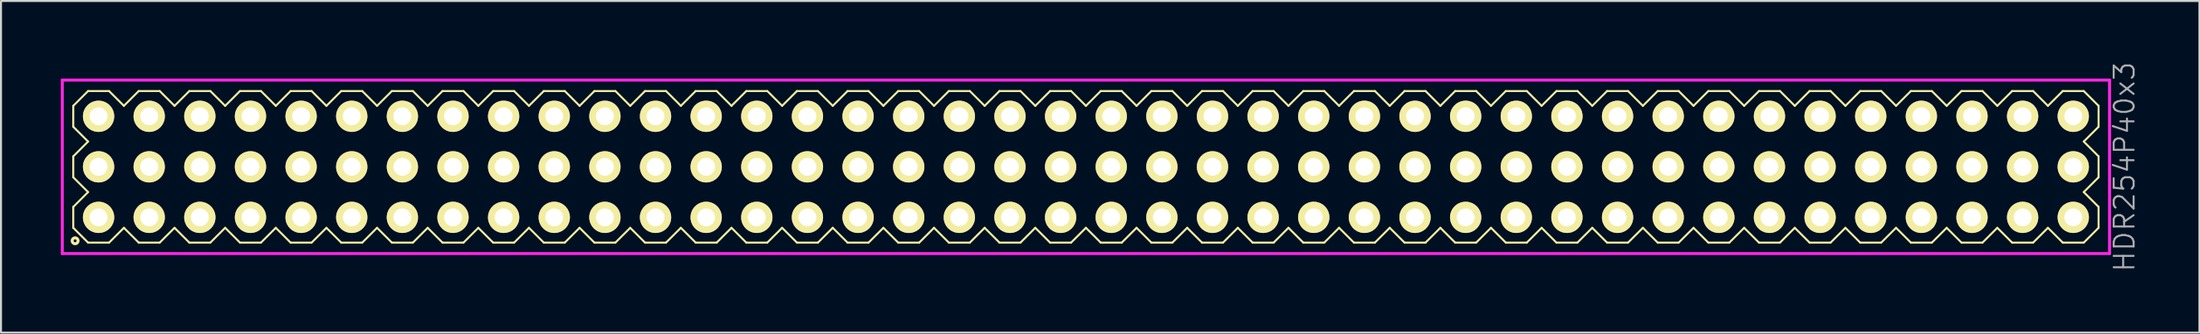
<source format=kicad_pcb>
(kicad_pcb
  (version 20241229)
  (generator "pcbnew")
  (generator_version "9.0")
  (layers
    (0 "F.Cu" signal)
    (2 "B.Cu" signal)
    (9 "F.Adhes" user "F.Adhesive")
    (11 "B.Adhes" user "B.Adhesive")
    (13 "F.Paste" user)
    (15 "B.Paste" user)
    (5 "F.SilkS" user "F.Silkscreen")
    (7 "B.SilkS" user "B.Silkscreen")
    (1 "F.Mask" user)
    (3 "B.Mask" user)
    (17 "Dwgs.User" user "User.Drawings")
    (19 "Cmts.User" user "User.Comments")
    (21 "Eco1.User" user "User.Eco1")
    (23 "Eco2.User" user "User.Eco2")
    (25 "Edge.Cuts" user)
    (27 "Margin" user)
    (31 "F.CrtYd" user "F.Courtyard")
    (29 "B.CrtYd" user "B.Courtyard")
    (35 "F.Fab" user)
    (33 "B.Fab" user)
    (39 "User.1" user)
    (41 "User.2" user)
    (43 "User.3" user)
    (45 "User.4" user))
  (footprint "HDR254P40x3"
    (layer "F.Cu")
    (at 51.425 5.336)
    (property "Reference" "HDR254P40x3" (at 52.1 0 90) (layer "F.Fab") (effects (font (size 1 1) (thickness 0.1))))
    (attr through_hole)
    (fp_line (start -50.8 -3.066) (end -50.056 -3.81) (stroke (width 0.1) (type solid)) (layer "F.SilkS"))
    (fp_line (start -50.8 -2.014) (end -50.8 -3.066) (stroke (width 0.1) (type solid)) (layer "F.SilkS"))
    (fp_line (start -50.8 -0.526) (end -50.056 -1.27) (stroke (width 0.1) (type solid)) (layer "F.SilkS"))
    (fp_line (start -50.8 0.526) (end -50.8 -0.526) (stroke (width 0.1) (type solid)) (layer "F.SilkS"))
    (fp_line (start -50.8 2.014) (end -50.056 1.27) (stroke (width 0.1) (type solid)) (layer "F.SilkS"))
    (fp_line (start -50.8 3.066) (end -50.8 2.014) (stroke (width 0.1) (type solid)) (layer "F.SilkS"))
    (fp_line (start -50.056 -3.81) (end -49.004 -3.81) (stroke (width 0.1) (type solid)) (layer "F.SilkS"))
    (fp_line (start -50.056 -1.27) (end -50.8 -2.014) (stroke (width 0.1) (type solid)) (layer "F.SilkS"))
    (fp_line (start -50.056 1.27) (end -50.8 0.526) (stroke (width 0.1) (type solid)) (layer "F.SilkS"))
    (fp_line (start -50.056 3.81) (end -50.8 3.066) (stroke (width 0.1) (type solid)) (layer "F.SilkS"))
    (fp_line (start -49.004 -3.81) (end -48.26 -3.066) (stroke (width 0.1) (type solid)) (layer "F.SilkS"))
    (fp_line (start -49.004 3.81) (end -50.056 3.81) (stroke (width 0.1) (type solid)) (layer "F.SilkS"))
    (fp_line (start -48.26 -3.066) (end -47.516 -3.81) (stroke (width 0.1) (type solid)) (layer "F.SilkS"))
    (fp_line (start -48.26 3.066) (end -49.004 3.81) (stroke (width 0.1) (type solid)) (layer "F.SilkS"))
    (fp_line (start -47.516 -3.81) (end -46.464 -3.81) (stroke (width 0.1) (type solid)) (layer "F.SilkS"))
    (fp_line (start -47.516 3.81) (end -48.26 3.066) (stroke (width 0.1) (type solid)) (layer "F.SilkS"))
    (fp_line (start -46.464 -3.81) (end -45.72 -3.066) (stroke (width 0.1) (type solid)) (layer "F.SilkS"))
    (fp_line (start -46.464 3.81) (end -47.516 3.81) (stroke (width 0.1) (type solid)) (layer "F.SilkS"))
    (fp_line (start -45.72 -3.066) (end -44.976 -3.81) (stroke (width 0.1) (type solid)) (layer "F.SilkS"))
    (fp_line (start -45.72 3.066) (end -46.464 3.81) (stroke (width 0.1) (type solid)) (layer "F.SilkS"))
    (fp_line (start -44.976 -3.81) (end -43.924 -3.81) (stroke (width 0.1) (type solid)) (layer "F.SilkS"))
    (fp_line (start -44.976 3.81) (end -45.72 3.066) (stroke (width 0.1) (type solid)) (layer "F.SilkS"))
    (fp_line (start -43.924 -3.81) (end -43.18 -3.066) (stroke (width 0.1) (type solid)) (layer "F.SilkS"))
    (fp_line (start -43.924 3.81) (end -44.976 3.81) (stroke (width 0.1) (type solid)) (layer "F.SilkS"))
    (fp_line (start -43.18 -3.066) (end -42.436 -3.81) (stroke (width 0.1) (type solid)) (layer "F.SilkS"))
    (fp_line (start -43.18 3.066) (end -43.924 3.81) (stroke (width 0.1) (type solid)) (layer "F.SilkS"))
    (fp_line (start -42.436 -3.81) (end -41.384 -3.81) (stroke (width 0.1) (type solid)) (layer "F.SilkS"))
    (fp_line (start -42.436 3.81) (end -43.18 3.066) (stroke (width 0.1) (type solid)) (layer "F.SilkS"))
    (fp_line (start -41.384 -3.81) (end -40.64 -3.066) (stroke (width 0.1) (type solid)) (layer "F.SilkS"))
    (fp_line (start -41.384 3.81) (end -42.436 3.81) (stroke (width 0.1) (type solid)) (layer "F.SilkS"))
    (fp_line (start -40.64 -3.066) (end -39.896 -3.81) (stroke (width 0.1) (type solid)) (layer "F.SilkS"))
    (fp_line (start -40.64 3.066) (end -41.384 3.81) (stroke (width 0.1) (type solid)) (layer "F.SilkS"))
    (fp_line (start -39.896 -3.81) (end -38.844 -3.81) (stroke (width 0.1) (type solid)) (layer "F.SilkS"))
    (fp_line (start -39.896 3.81) (end -40.64 3.066) (stroke (width 0.1) (type solid)) (layer "F.SilkS"))
    (fp_line (start -38.844 -3.81) (end -38.1 -3.066) (stroke (width 0.1) (type solid)) (layer "F.SilkS"))
    (fp_line (start -38.844 3.81) (end -39.896 3.81) (stroke (width 0.1) (type solid)) (layer "F.SilkS"))
    (fp_line (start -38.1 -3.066) (end -37.356 -3.81) (stroke (width 0.1) (type solid)) (layer "F.SilkS"))
    (fp_line (start -38.1 3.066) (end -38.844 3.81) (stroke (width 0.1) (type solid)) (layer "F.SilkS"))
    (fp_line (start -37.356 -3.81) (end -36.304 -3.81) (stroke (width 0.1) (type solid)) (layer "F.SilkS"))
    (fp_line (start -37.356 3.81) (end -38.1 3.066) (stroke (width 0.1) (type solid)) (layer "F.SilkS"))
    (fp_line (start -36.304 -3.81) (end -35.56 -3.066) (stroke (width 0.1) (type solid)) (layer "F.SilkS"))
    (fp_line (start -36.304 3.81) (end -37.356 3.81) (stroke (width 0.1) (type solid)) (layer "F.SilkS"))
    (fp_line (start -35.56 -3.066) (end -34.816 -3.81) (stroke (width 0.1) (type solid)) (layer "F.SilkS"))
    (fp_line (start -35.56 3.066) (end -36.304 3.81) (stroke (width 0.1) (type solid)) (layer "F.SilkS"))
    (fp_line (start -34.816 -3.81) (end -33.764 -3.81) (stroke (width 0.1) (type solid)) (layer "F.SilkS"))
    (fp_line (start -34.816 3.81) (end -35.56 3.066) (stroke (width 0.1) (type solid)) (layer "F.SilkS"))
    (fp_line (start -33.764 -3.81) (end -33.02 -3.066) (stroke (width 0.1) (type solid)) (layer "F.SilkS"))
    (fp_line (start -33.764 3.81) (end -34.816 3.81) (stroke (width 0.1) (type solid)) (layer "F.SilkS"))
    (fp_line (start -33.02 -3.066) (end -32.276 -3.81) (stroke (width 0.1) (type solid)) (layer "F.SilkS"))
    (fp_line (start -33.02 3.066) (end -33.764 3.81) (stroke (width 0.1) (type solid)) (layer "F.SilkS"))
    (fp_line (start -32.276 -3.81) (end -31.224 -3.81) (stroke (width 0.1) (type solid)) (layer "F.SilkS"))
    (fp_line (start -32.276 3.81) (end -33.02 3.066) (stroke (width 0.1) (type solid)) (layer "F.SilkS"))
    (fp_line (start -31.224 -3.81) (end -30.48 -3.066) (stroke (width 0.1) (type solid)) (layer "F.SilkS"))
    (fp_line (start -31.224 3.81) (end -32.276 3.81) (stroke (width 0.1) (type solid)) (layer "F.SilkS"))
    (fp_line (start -30.48 -3.066) (end -29.736 -3.81) (stroke (width 0.1) (type solid)) (layer "F.SilkS"))
    (fp_line (start -30.48 3.066) (end -31.224 3.81) (stroke (width 0.1) (type solid)) (layer "F.SilkS"))
    (fp_line (start -29.736 -3.81) (end -28.684 -3.81) (stroke (width 0.1) (type solid)) (layer "F.SilkS"))
    (fp_line (start -29.736 3.81) (end -30.48 3.066) (stroke (width 0.1) (type solid)) (layer "F.SilkS"))
    (fp_line (start -28.684 -3.81) (end -27.94 -3.066) (stroke (width 0.1) (type solid)) (layer "F.SilkS"))
    (fp_line (start -28.684 3.81) (end -29.736 3.81) (stroke (width 0.1) (type solid)) (layer "F.SilkS"))
    (fp_line (start -27.94 -3.066) (end -27.196 -3.81) (stroke (width 0.1) (type solid)) (layer "F.SilkS"))
    (fp_line (start -27.94 3.066) (end -28.684 3.81) (stroke (width 0.1) (type solid)) (layer "F.SilkS"))
    (fp_line (start -27.196 -3.81) (end -26.144 -3.81) (stroke (width 0.1) (type solid)) (layer "F.SilkS"))
    (fp_line (start -27.196 3.81) (end -27.94 3.066) (stroke (width 0.1) (type solid)) (layer "F.SilkS"))
    (fp_line (start -26.144 -3.81) (end -25.4 -3.066) (stroke (width 0.1) (type solid)) (layer "F.SilkS"))
    (fp_line (start -26.144 3.81) (end -27.196 3.81) (stroke (width 0.1) (type solid)) (layer "F.SilkS"))
    (fp_line (start -25.4 -3.066) (end -24.656 -3.81) (stroke (width 0.1) (type solid)) (layer "F.SilkS"))
    (fp_line (start -25.4 3.066) (end -26.144 3.81) (stroke (width 0.1) (type solid)) (layer "F.SilkS"))
    (fp_line (start -24.656 -3.81) (end -23.604 -3.81) (stroke (width 0.1) (type solid)) (layer "F.SilkS"))
    (fp_line (start -24.656 3.81) (end -25.4 3.066) (stroke (width 0.1) (type solid)) (layer "F.SilkS"))
    (fp_line (start -23.604 -3.81) (end -22.86 -3.066) (stroke (width 0.1) (type solid)) (layer "F.SilkS"))
    (fp_line (start -23.604 3.81) (end -24.656 3.81) (stroke (width 0.1) (type solid)) (layer "F.SilkS"))
    (fp_line (start -22.86 -3.066) (end -22.116 -3.81) (stroke (width 0.1) (type solid)) (layer "F.SilkS"))
    (fp_line (start -22.86 3.066) (end -23.604 3.81) (stroke (width 0.1) (type solid)) (layer "F.SilkS"))
    (fp_line (start -22.116 -3.81) (end -21.064 -3.81) (stroke (width 0.1) (type solid)) (layer "F.SilkS"))
    (fp_line (start -22.116 3.81) (end -22.86 3.066) (stroke (width 0.1) (type solid)) (layer "F.SilkS"))
    (fp_line (start -21.064 -3.81) (end -20.32 -3.066) (stroke (width 0.1) (type solid)) (layer "F.SilkS"))
    (fp_line (start -21.064 3.81) (end -22.116 3.81) (stroke (width 0.1) (type solid)) (layer "F.SilkS"))
    (fp_line (start -20.32 -3.066) (end -19.576 -3.81) (stroke (width 0.1) (type solid)) (layer "F.SilkS"))
    (fp_line (start -20.32 3.066) (end -21.064 3.81) (stroke (width 0.1) (type solid)) (layer "F.SilkS"))
    (fp_line (start -19.576 -3.81) (end -18.524 -3.81) (stroke (width 0.1) (type solid)) (layer "F.SilkS"))
    (fp_line (start -19.576 3.81) (end -20.32 3.066) (stroke (width 0.1) (type solid)) (layer "F.SilkS"))
    (fp_line (start -18.524 -3.81) (end -17.78 -3.066) (stroke (width 0.1) (type solid)) (layer "F.SilkS"))
    (fp_line (start -18.524 3.81) (end -19.576 3.81) (stroke (width 0.1) (type solid)) (layer "F.SilkS"))
    (fp_line (start -17.78 -3.066) (end -17.036 -3.81) (stroke (width 0.1) (type solid)) (layer "F.SilkS"))
    (fp_line (start -17.78 3.066) (end -18.524 3.81) (stroke (width 0.1) (type solid)) (layer "F.SilkS"))
    (fp_line (start -17.036 -3.81) (end -15.984 -3.81) (stroke (width 0.1) (type solid)) (layer "F.SilkS"))
    (fp_line (start -17.036 3.81) (end -17.78 3.066) (stroke (width 0.1) (type solid)) (layer "F.SilkS"))
    (fp_line (start -15.984 -3.81) (end -15.24 -3.066) (stroke (width 0.1) (type solid)) (layer "F.SilkS"))
    (fp_line (start -15.984 3.81) (end -17.036 3.81) (stroke (width 0.1) (type solid)) (layer "F.SilkS"))
    (fp_line (start -15.24 -3.066) (end -14.496 -3.81) (stroke (width 0.1) (type solid)) (layer "F.SilkS"))
    (fp_line (start -15.24 3.066) (end -15.984 3.81) (stroke (width 0.1) (type solid)) (layer "F.SilkS"))
    (fp_line (start -14.496 -3.81) (end -13.444 -3.81) (stroke (width 0.1) (type solid)) (layer "F.SilkS"))
    (fp_line (start -14.496 3.81) (end -15.24 3.066) (stroke (width 0.1) (type solid)) (layer "F.SilkS"))
    (fp_line (start -13.444 -3.81) (end -12.7 -3.066) (stroke (width 0.1) (type solid)) (layer "F.SilkS"))
    (fp_line (start -13.444 3.81) (end -14.496 3.81) (stroke (width 0.1) (type solid)) (layer "F.SilkS"))
    (fp_line (start -12.7 -3.066) (end -11.956 -3.81) (stroke (width 0.1) (type solid)) (layer "F.SilkS"))
    (fp_line (start -12.7 3.066) (end -13.444 3.81) (stroke (width 0.1) (type solid)) (layer "F.SilkS"))
    (fp_line (start -11.956 -3.81) (end -10.904 -3.81) (stroke (width 0.1) (type solid)) (layer "F.SilkS"))
    (fp_line (start -11.956 3.81) (end -12.7 3.066) (stroke (width 0.1) (type solid)) (layer "F.SilkS"))
    (fp_line (start -10.904 -3.81) (end -10.16 -3.066) (stroke (width 0.1) (type solid)) (layer "F.SilkS"))
    (fp_line (start -10.904 3.81) (end -11.956 3.81) (stroke (width 0.1) (type solid)) (layer "F.SilkS"))
    (fp_line (start -10.16 -3.066) (end -9.416 -3.81) (stroke (width 0.1) (type solid)) (layer "F.SilkS"))
    (fp_line (start -10.16 3.066) (end -10.904 3.81) (stroke (width 0.1) (type solid)) (layer "F.SilkS"))
    (fp_line (start -9.416 -3.81) (end -8.364 -3.81) (stroke (width 0.1) (type solid)) (layer "F.SilkS"))
    (fp_line (start -9.416 3.81) (end -10.16 3.066) (stroke (width 0.1) (type solid)) (layer "F.SilkS"))
    (fp_line (start -8.364 -3.81) (end -7.62 -3.066) (stroke (width 0.1) (type solid)) (layer "F.SilkS"))
    (fp_line (start -8.364 3.81) (end -9.416 3.81) (stroke (width 0.1) (type solid)) (layer "F.SilkS"))
    (fp_line (start -7.62 -3.066) (end -6.876 -3.81) (stroke (width 0.1) (type solid)) (layer "F.SilkS"))
    (fp_line (start -7.62 3.066) (end -8.364 3.81) (stroke (width 0.1) (type solid)) (layer "F.SilkS"))
    (fp_line (start -6.876 -3.81) (end -5.824 -3.81) (stroke (width 0.1) (type solid)) (layer "F.SilkS"))
    (fp_line (start -6.876 3.81) (end -7.62 3.066) (stroke (width 0.1) (type solid)) (layer "F.SilkS"))
    (fp_line (start -5.824 -3.81) (end -5.08 -3.066) (stroke (width 0.1) (type solid)) (layer "F.SilkS"))
    (fp_line (start -5.824 3.81) (end -6.876 3.81) (stroke (width 0.1) (type solid)) (layer "F.SilkS"))
    (fp_line (start -5.08 -3.066) (end -4.336 -3.81) (stroke (width 0.1) (type solid)) (layer "F.SilkS"))
    (fp_line (start -5.08 3.066) (end -5.824 3.81) (stroke (width 0.1) (type solid)) (layer "F.SilkS"))
    (fp_line (start -4.336 -3.81) (end -3.284 -3.81) (stroke (width 0.1) (type solid)) (layer "F.SilkS"))
    (fp_line (start -4.336 3.81) (end -5.08 3.066) (stroke (width 0.1) (type solid)) (layer "F.SilkS"))
    (fp_line (start -3.284 -3.81) (end -2.54 -3.066) (stroke (width 0.1) (type solid)) (layer "F.SilkS"))
    (fp_line (start -3.284 3.81) (end -4.336 3.81) (stroke (width 0.1) (type solid)) (layer "F.SilkS"))
    (fp_line (start -2.54 -3.066) (end -1.796 -3.81) (stroke (width 0.1) (type solid)) (layer "F.SilkS"))
    (fp_line (start -2.54 3.066) (end -3.284 3.81) (stroke (width 0.1) (type solid)) (layer "F.SilkS"))
    (fp_line (start -1.796 -3.81) (end -0.744 -3.81) (stroke (width 0.1) (type solid)) (layer "F.SilkS"))
    (fp_line (start -1.796 3.81) (end -2.54 3.066) (stroke (width 0.1) (type solid)) (layer "F.SilkS"))
    (fp_line (start -0.744 -3.81) (end 0 -3.066) (stroke (width 0.1) (type solid)) (layer "F.SilkS"))
    (fp_line (start -0.744 3.81) (end -1.796 3.81) (stroke (width 0.1) (type solid)) (layer "F.SilkS"))
    (fp_line (start 0 -3.066) (end 0.744 -3.81) (stroke (width 0.1) (type solid)) (layer "F.SilkS"))
    (fp_line (start 0 3.066) (end -0.744 3.81) (stroke (width 0.1) (type solid)) (layer "F.SilkS"))
    (fp_line (start 0.744 -3.81) (end 1.796 -3.81) (stroke (width 0.1) (type solid)) (layer "F.SilkS"))
    (fp_line (start 0.744 3.81) (end 0 3.066) (stroke (width 0.1) (type solid)) (layer "F.SilkS"))
    (fp_line (start 1.796 -3.81) (end 2.54 -3.066) (stroke (width 0.1) (type solid)) (layer "F.SilkS"))
    (fp_line (start 1.796 3.81) (end 0.744 3.81) (stroke (width 0.1) (type solid)) (layer "F.SilkS"))
    (fp_line (start 2.54 -3.066) (end 3.284 -3.81) (stroke (width 0.1) (type solid)) (layer "F.SilkS"))
    (fp_line (start 2.54 3.066) (end 1.796 3.81) (stroke (width 0.1) (type solid)) (layer "F.SilkS"))
    (fp_line (start 3.284 -3.81) (end 4.336 -3.81) (stroke (width 0.1) (type solid)) (layer "F.SilkS"))
    (fp_line (start 3.284 3.81) (end 2.54 3.066) (stroke (width 0.1) (type solid)) (layer "F.SilkS"))
    (fp_line (start 4.336 -3.81) (end 5.08 -3.066) (stroke (width 0.1) (type solid)) (layer "F.SilkS"))
    (fp_line (start 4.336 3.81) (end 3.284 3.81) (stroke (width 0.1) (type solid)) (layer "F.SilkS"))
    (fp_line (start 5.08 -3.066) (end 5.824 -3.81) (stroke (width 0.1) (type solid)) (layer "F.SilkS"))
    (fp_line (start 5.08 3.066) (end 4.336 3.81) (stroke (width 0.1) (type solid)) (layer "F.SilkS"))
    (fp_line (start 5.824 -3.81) (end 6.876 -3.81) (stroke (width 0.1) (type solid)) (layer "F.SilkS"))
    (fp_line (start 5.824 3.81) (end 5.08 3.066) (stroke (width 0.1) (type solid)) (layer "F.SilkS"))
    (fp_line (start 6.876 -3.81) (end 7.62 -3.066) (stroke (width 0.1) (type solid)) (layer "F.SilkS"))
    (fp_line (start 6.876 3.81) (end 5.824 3.81) (stroke (width 0.1) (type solid)) (layer "F.SilkS"))
    (fp_line (start 7.62 -3.066) (end 8.364 -3.81) (stroke (width 0.1) (type solid)) (layer "F.SilkS"))
    (fp_line (start 7.62 3.066) (end 6.876 3.81) (stroke (width 0.1) (type solid)) (layer "F.SilkS"))
    (fp_line (start 8.364 -3.81) (end 9.416 -3.81) (stroke (width 0.1) (type solid)) (layer "F.SilkS"))
    (fp_line (start 8.364 3.81) (end 7.62 3.066) (stroke (width 0.1) (type solid)) (layer "F.SilkS"))
    (fp_line (start 9.416 -3.81) (end 10.16 -3.066) (stroke (width 0.1) (type solid)) (layer "F.SilkS"))
    (fp_line (start 9.416 3.81) (end 8.364 3.81) (stroke (width 0.1) (type solid)) (layer "F.SilkS"))
    (fp_line (start 10.16 -3.066) (end 10.904 -3.81) (stroke (width 0.1) (type solid)) (layer "F.SilkS"))
    (fp_line (start 10.16 3.066) (end 9.416 3.81) (stroke (width 0.1) (type solid)) (layer "F.SilkS"))
    (fp_line (start 10.904 -3.81) (end 11.956 -3.81) (stroke (width 0.1) (type solid)) (layer "F.SilkS"))
    (fp_line (start 10.904 3.81) (end 10.16 3.066) (stroke (width 0.1) (type solid)) (layer "F.SilkS"))
    (fp_line (start 11.956 -3.81) (end 12.7 -3.066) (stroke (width 0.1) (type solid)) (layer "F.SilkS"))
    (fp_line (start 11.956 3.81) (end 10.904 3.81) (stroke (width 0.1) (type solid)) (layer "F.SilkS"))
    (fp_line (start 12.7 -3.066) (end 13.444 -3.81) (stroke (width 0.1) (type solid)) (layer "F.SilkS"))
    (fp_line (start 12.7 3.066) (end 11.956 3.81) (stroke (width 0.1) (type solid)) (layer "F.SilkS"))
    (fp_line (start 13.444 -3.81) (end 14.496 -3.81) (stroke (width 0.1) (type solid)) (layer "F.SilkS"))
    (fp_line (start 13.444 3.81) (end 12.7 3.066) (stroke (width 0.1) (type solid)) (layer "F.SilkS"))
    (fp_line (start 14.496 -3.81) (end 15.24 -3.066) (stroke (width 0.1) (type solid)) (layer "F.SilkS"))
    (fp_line (start 14.496 3.81) (end 13.444 3.81) (stroke (width 0.1) (type solid)) (layer "F.SilkS"))
    (fp_line (start 15.24 -3.066) (end 15.984 -3.81) (stroke (width 0.1) (type solid)) (layer "F.SilkS"))
    (fp_line (start 15.24 3.066) (end 14.496 3.81) (stroke (width 0.1) (type solid)) (layer "F.SilkS"))
    (fp_line (start 15.984 -3.81) (end 17.036 -3.81) (stroke (width 0.1) (type solid)) (layer "F.SilkS"))
    (fp_line (start 15.984 3.81) (end 15.24 3.066) (stroke (width 0.1) (type solid)) (layer "F.SilkS"))
    (fp_line (start 17.036 -3.81) (end 17.78 -3.066) (stroke (width 0.1) (type solid)) (layer "F.SilkS"))
    (fp_line (start 17.036 3.81) (end 15.984 3.81) (stroke (width 0.1) (type solid)) (layer "F.SilkS"))
    (fp_line (start 17.78 -3.066) (end 18.524 -3.81) (stroke (width 0.1) (type solid)) (layer "F.SilkS"))
    (fp_line (start 17.78 3.066) (end 17.036 3.81) (stroke (width 0.1) (type solid)) (layer "F.SilkS"))
    (fp_line (start 18.524 -3.81) (end 19.576 -3.81) (stroke (width 0.1) (type solid)) (layer "F.SilkS"))
    (fp_line (start 18.524 3.81) (end 17.78 3.066) (stroke (width 0.1) (type solid)) (layer "F.SilkS"))
    (fp_line (start 19.576 -3.81) (end 20.32 -3.066) (stroke (width 0.1) (type solid)) (layer "F.SilkS"))
    (fp_line (start 19.576 3.81) (end 18.524 3.81) (stroke (width 0.1) (type solid)) (layer "F.SilkS"))
    (fp_line (start 20.32 -3.066) (end 21.064 -3.81) (stroke (width 0.1) (type solid)) (layer "F.SilkS"))
    (fp_line (start 20.32 3.066) (end 19.576 3.81) (stroke (width 0.1) (type solid)) (layer "F.SilkS"))
    (fp_line (start 21.064 -3.81) (end 22.116 -3.81) (stroke (width 0.1) (type solid)) (layer "F.SilkS"))
    (fp_line (start 21.064 3.81) (end 20.32 3.066) (stroke (width 0.1) (type solid)) (layer "F.SilkS"))
    (fp_line (start 22.116 -3.81) (end 22.86 -3.066) (stroke (width 0.1) (type solid)) (layer "F.SilkS"))
    (fp_line (start 22.116 3.81) (end 21.064 3.81) (stroke (width 0.1) (type solid)) (layer "F.SilkS"))
    (fp_line (start 22.86 -3.066) (end 23.604 -3.81) (stroke (width 0.1) (type solid)) (layer "F.SilkS"))
    (fp_line (start 22.86 3.066) (end 22.116 3.81) (stroke (width 0.1) (type solid)) (layer "F.SilkS"))
    (fp_line (start 23.604 -3.81) (end 24.656 -3.81) (stroke (width 0.1) (type solid)) (layer "F.SilkS"))
    (fp_line (start 23.604 3.81) (end 22.86 3.066) (stroke (width 0.1) (type solid)) (layer "F.SilkS"))
    (fp_line (start 24.656 -3.81) (end 25.4 -3.066) (stroke (width 0.1) (type solid)) (layer "F.SilkS"))
    (fp_line (start 24.656 3.81) (end 23.604 3.81) (stroke (width 0.1) (type solid)) (layer "F.SilkS"))
    (fp_line (start 25.4 -3.066) (end 26.144 -3.81) (stroke (width 0.1) (type solid)) (layer "F.SilkS"))
    (fp_line (start 25.4 3.066) (end 24.656 3.81) (stroke (width 0.1) (type solid)) (layer "F.SilkS"))
    (fp_line (start 26.144 -3.81) (end 27.196 -3.81) (stroke (width 0.1) (type solid)) (layer "F.SilkS"))
    (fp_line (start 26.144 3.81) (end 25.4 3.066) (stroke (width 0.1) (type solid)) (layer "F.SilkS"))
    (fp_line (start 27.196 -3.81) (end 27.94 -3.066) (stroke (width 0.1) (type solid)) (layer "F.SilkS"))
    (fp_line (start 27.196 3.81) (end 26.144 3.81) (stroke (width 0.1) (type solid)) (layer "F.SilkS"))
    (fp_line (start 27.94 -3.066) (end 28.684 -3.81) (stroke (width 0.1) (type solid)) (layer "F.SilkS"))
    (fp_line (start 27.94 3.066) (end 27.196 3.81) (stroke (width 0.1) (type solid)) (layer "F.SilkS"))
    (fp_line (start 28.684 -3.81) (end 29.736 -3.81) (stroke (width 0.1) (type solid)) (layer "F.SilkS"))
    (fp_line (start 28.684 3.81) (end 27.94 3.066) (stroke (width 0.1) (type solid)) (layer "F.SilkS"))
    (fp_line (start 29.736 -3.81) (end 30.48 -3.066) (stroke (width 0.1) (type solid)) (layer "F.SilkS"))
    (fp_line (start 29.736 3.81) (end 28.684 3.81) (stroke (width 0.1) (type solid)) (layer "F.SilkS"))
    (fp_line (start 30.48 -3.066) (end 31.224 -3.81) (stroke (width 0.1) (type solid)) (layer "F.SilkS"))
    (fp_line (start 30.48 3.066) (end 29.736 3.81) (stroke (width 0.1) (type solid)) (layer "F.SilkS"))
    (fp_line (start 31.224 -3.81) (end 32.276 -3.81) (stroke (width 0.1) (type solid)) (layer "F.SilkS"))
    (fp_line (start 31.224 3.81) (end 30.48 3.066) (stroke (width 0.1) (type solid)) (layer "F.SilkS"))
    (fp_line (start 32.276 -3.81) (end 33.02 -3.066) (stroke (width 0.1) (type solid)) (layer "F.SilkS"))
    (fp_line (start 32.276 3.81) (end 31.224 3.81) (stroke (width 0.1) (type solid)) (layer "F.SilkS"))
    (fp_line (start 33.02 -3.066) (end 33.764 -3.81) (stroke (width 0.1) (type solid)) (layer "F.SilkS"))
    (fp_line (start 33.02 3.066) (end 32.276 3.81) (stroke (width 0.1) (type solid)) (layer "F.SilkS"))
    (fp_line (start 33.764 -3.81) (end 34.816 -3.81) (stroke (width 0.1) (type solid)) (layer "F.SilkS"))
    (fp_line (start 33.764 3.81) (end 33.02 3.066) (stroke (width 0.1) (type solid)) (layer "F.SilkS"))
    (fp_line (start 34.816 -3.81) (end 35.56 -3.066) (stroke (width 0.1) (type solid)) (layer "F.SilkS"))
    (fp_line (start 34.816 3.81) (end 33.764 3.81) (stroke (width 0.1) (type solid)) (layer "F.SilkS"))
    (fp_line (start 35.56 -3.066) (end 36.304 -3.81) (stroke (width 0.1) (type solid)) (layer "F.SilkS"))
    (fp_line (start 35.56 3.066) (end 34.816 3.81) (stroke (width 0.1) (type solid)) (layer "F.SilkS"))
    (fp_line (start 36.304 -3.81) (end 37.356 -3.81) (stroke (width 0.1) (type solid)) (layer "F.SilkS"))
    (fp_line (start 36.304 3.81) (end 35.56 3.066) (stroke (width 0.1) (type solid)) (layer "F.SilkS"))
    (fp_line (start 37.356 -3.81) (end 38.1 -3.066) (stroke (width 0.1) (type solid)) (layer "F.SilkS"))
    (fp_line (start 37.356 3.81) (end 36.304 3.81) (stroke (width 0.1) (type solid)) (layer "F.SilkS"))
    (fp_line (start 38.1 -3.066) (end 38.844 -3.81) (stroke (width 0.1) (type solid)) (layer "F.SilkS"))
    (fp_line (start 38.1 3.066) (end 37.356 3.81) (stroke (width 0.1) (type solid)) (layer "F.SilkS"))
    (fp_line (start 38.844 -3.81) (end 39.896 -3.81) (stroke (width 0.1) (type solid)) (layer "F.SilkS"))
    (fp_line (start 38.844 3.81) (end 38.1 3.066) (stroke (width 0.1) (type solid)) (layer "F.SilkS"))
    (fp_line (start 39.896 -3.81) (end 40.64 -3.066) (stroke (width 0.1) (type solid)) (layer "F.SilkS"))
    (fp_line (start 39.896 3.81) (end 38.844 3.81) (stroke (width 0.1) (type solid)) (layer "F.SilkS"))
    (fp_line (start 40.64 -3.066) (end 41.384 -3.81) (stroke (width 0.1) (type solid)) (layer "F.SilkS"))
    (fp_line (start 40.64 3.066) (end 39.896 3.81) (stroke (width 0.1) (type solid)) (layer "F.SilkS"))
    (fp_line (start 41.384 -3.81) (end 42.436 -3.81) (stroke (width 0.1) (type solid)) (layer "F.SilkS"))
    (fp_line (start 41.384 3.81) (end 40.64 3.066) (stroke (width 0.1) (type solid)) (layer "F.SilkS"))
    (fp_line (start 42.436 -3.81) (end 43.18 -3.066) (stroke (width 0.1) (type solid)) (layer "F.SilkS"))
    (fp_line (start 42.436 3.81) (end 41.384 3.81) (stroke (width 0.1) (type solid)) (layer "F.SilkS"))
    (fp_line (start 43.18 -3.066) (end 43.924 -3.81) (stroke (width 0.1) (type solid)) (layer "F.SilkS"))
    (fp_line (start 43.18 3.066) (end 42.436 3.81) (stroke (width 0.1) (type solid)) (layer "F.SilkS"))
    (fp_line (start 43.924 -3.81) (end 44.976 -3.81) (stroke (width 0.1) (type solid)) (layer "F.SilkS"))
    (fp_line (start 43.924 3.81) (end 43.18 3.066) (stroke (width 0.1) (type solid)) (layer "F.SilkS"))
    (fp_line (start 44.976 -3.81) (end 45.72 -3.066) (stroke (width 0.1) (type solid)) (layer "F.SilkS"))
    (fp_line (start 44.976 3.81) (end 43.924 3.81) (stroke (width 0.1) (type solid)) (layer "F.SilkS"))
    (fp_line (start 45.72 -3.066) (end 46.464 -3.81) (stroke (width 0.1) (type solid)) (layer "F.SilkS"))
    (fp_line (start 45.72 3.066) (end 44.976 3.81) (stroke (width 0.1) (type solid)) (layer "F.SilkS"))
    (fp_line (start 46.464 -3.81) (end 47.516 -3.81) (stroke (width 0.1) (type solid)) (layer "F.SilkS"))
    (fp_line (start 46.464 3.81) (end 45.72 3.066) (stroke (width 0.1) (type solid)) (layer "F.SilkS"))
    (fp_line (start 47.516 -3.81) (end 48.26 -3.066) (stroke (width 0.1) (type solid)) (layer "F.SilkS"))
    (fp_line (start 47.516 3.81) (end 46.464 3.81) (stroke (width 0.1) (type solid)) (layer "F.SilkS"))
    (fp_line (start 48.26 -3.066) (end 49.004 -3.81) (stroke (width 0.1) (type solid)) (layer "F.SilkS"))
    (fp_line (start 48.26 3.066) (end 47.516 3.81) (stroke (width 0.1) (type solid)) (layer "F.SilkS"))
    (fp_line (start 49.004 -3.81) (end 50.056 -3.81) (stroke (width 0.1) (type solid)) (layer "F.SilkS"))
    (fp_line (start 49.004 3.81) (end 48.26 3.066) (stroke (width 0.1) (type solid)) (layer "F.SilkS"))
    (fp_line (start 50.056 -3.81) (end 50.8 -3.066) (stroke (width 0.1) (type solid)) (layer "F.SilkS"))
    (fp_line (start 50.056 -1.27) (end 50.8 -0.526) (stroke (width 0.1) (type solid)) (layer "F.SilkS"))
    (fp_line (start 50.056 1.27) (end 50.8 2.014) (stroke (width 0.1) (type solid)) (layer "F.SilkS"))
    (fp_line (start 50.056 3.81) (end 49.004 3.81) (stroke (width 0.1) (type solid)) (layer "F.SilkS"))
    (fp_line (start 50.8 -3.066) (end 50.8 -2.014) (stroke (width 0.1) (type solid)) (layer "F.SilkS"))
    (fp_line (start 50.8 -2.014) (end 50.056 -1.27) (stroke (width 0.1) (type solid)) (layer "F.SilkS"))
    (fp_line (start 50.8 -0.526) (end 50.8 0.526) (stroke (width 0.1) (type solid)) (layer "F.SilkS"))
    (fp_line (start 50.8 0.526) (end 50.056 1.27) (stroke (width 0.1) (type solid)) (layer "F.SilkS"))
    (fp_line (start 50.8 2.014) (end 50.8 3.066) (stroke (width 0.1) (type solid)) (layer "F.SilkS"))
    (fp_line (start 50.8 3.066) (end 50.056 3.81) (stroke (width 0.1) (type solid)) (layer "F.SilkS"))
    (fp_circle (center -50.707 3.718) (end -50.558 3.718) (stroke (width 0.15) (type solid)) (fill no) (layer "F.SilkS"))
    (fp_line (start -51.35 -4.36) (end -51.35 4.36) (stroke (width 0.15) (type solid)) (layer "F.CrtYd"))
    (fp_line (start -51.35 4.36) (end 51.35 4.36) (stroke (width 0.15) (type solid)) (layer "F.CrtYd"))
    (fp_line (start 51.35 -4.36) (end -51.35 -4.36) (stroke (width 0.15) (type solid)) (layer "F.CrtYd"))
    (fp_line (start 51.35 4.36) (end 51.35 -4.36) (stroke (width 0.15) (type solid)) (layer "F.CrtYd"))
    (pad "1" thru_hole oval (at -49.53 2.54) (size 1.57 1.57) (drill 0.9) (layers "*.Cu" "*.Mask" "F.SilkS"))
    (pad "2" thru_hole oval (at -49.53 0) (size 1.57 1.57) (drill 0.9) (layers "*.Cu" "*.Mask" "F.SilkS"))
    (pad "3" thru_hole oval (at -49.53 -2.54) (size 1.57 1.57) (drill 0.9) (layers "*.Cu" "*.Mask" "F.SilkS"))
    (pad "4" thru_hole oval (at -46.99 2.54) (size 1.57 1.57) (drill 0.9) (layers "*.Cu" "*.Mask" "F.SilkS"))
    (pad "5" thru_hole oval (at -46.99 0) (size 1.57 1.57) (drill 0.9) (layers "*.Cu" "*.Mask" "F.SilkS"))
    (pad "6" thru_hole oval (at -46.99 -2.54) (size 1.57 1.57) (drill 0.9) (layers "*.Cu" "*.Mask" "F.SilkS"))
    (pad "7" thru_hole oval (at -44.45 2.54) (size 1.57 1.57) (drill 0.9) (layers "*.Cu" "*.Mask" "F.SilkS"))
    (pad "8" thru_hole oval (at -44.45 0) (size 1.57 1.57) (drill 0.9) (layers "*.Cu" "*.Mask" "F.SilkS"))
    (pad "9" thru_hole oval (at -44.45 -2.54) (size 1.57 1.57) (drill 0.9) (layers "*.Cu" "*.Mask" "F.SilkS"))
    (pad "10" thru_hole oval (at -41.91 2.54) (size 1.57 1.57) (drill 0.9) (layers "*.Cu" "*.Mask" "F.SilkS"))
    (pad "11" thru_hole oval (at -41.91 0) (size 1.57 1.57) (drill 0.9) (layers "*.Cu" "*.Mask" "F.SilkS"))
    (pad "12" thru_hole oval (at -41.91 -2.54) (size 1.57 1.57) (drill 0.9) (layers "*.Cu" "*.Mask" "F.SilkS"))
    (pad "13" thru_hole oval (at -39.37 2.54) (size 1.57 1.57) (drill 0.9) (layers "*.Cu" "*.Mask" "F.SilkS"))
    (pad "14" thru_hole oval (at -39.37 0) (size 1.57 1.57) (drill 0.9) (layers "*.Cu" "*.Mask" "F.SilkS"))
    (pad "15" thru_hole oval (at -39.37 -2.54) (size 1.57 1.57) (drill 0.9) (layers "*.Cu" "*.Mask" "F.SilkS"))
    (pad "16" thru_hole oval (at -36.83 2.54) (size 1.57 1.57) (drill 0.9) (layers "*.Cu" "*.Mask" "F.SilkS"))
    (pad "17" thru_hole oval (at -36.83 0) (size 1.57 1.57) (drill 0.9) (layers "*.Cu" "*.Mask" "F.SilkS"))
    (pad "18" thru_hole oval (at -36.83 -2.54) (size 1.57 1.57) (drill 0.9) (layers "*.Cu" "*.Mask" "F.SilkS"))
    (pad "19" thru_hole oval (at -34.29 2.54) (size 1.57 1.57) (drill 0.9) (layers "*.Cu" "*.Mask" "F.SilkS"))
    (pad "20" thru_hole oval (at -34.29 0) (size 1.57 1.57) (drill 0.9) (layers "*.Cu" "*.Mask" "F.SilkS"))
    (pad "21" thru_hole oval (at -34.29 -2.54) (size 1.57 1.57) (drill 0.9) (layers "*.Cu" "*.Mask" "F.SilkS"))
    (pad "22" thru_hole oval (at -31.75 2.54) (size 1.57 1.57) (drill 0.9) (layers "*.Cu" "*.Mask" "F.SilkS"))
    (pad "23" thru_hole oval (at -31.75 0) (size 1.57 1.57) (drill 0.9) (layers "*.Cu" "*.Mask" "F.SilkS"))
    (pad "24" thru_hole oval (at -31.75 -2.54) (size 1.57 1.57) (drill 0.9) (layers "*.Cu" "*.Mask" "F.SilkS"))
    (pad "25" thru_hole oval (at -29.21 2.54) (size 1.57 1.57) (drill 0.9) (layers "*.Cu" "*.Mask" "F.SilkS"))
    (pad "26" thru_hole oval (at -29.21 0) (size 1.57 1.57) (drill 0.9) (layers "*.Cu" "*.Mask" "F.SilkS"))
    (pad "27" thru_hole oval (at -29.21 -2.54) (size 1.57 1.57) (drill 0.9) (layers "*.Cu" "*.Mask" "F.SilkS"))
    (pad "28" thru_hole oval (at -26.67 2.54) (size 1.57 1.57) (drill 0.9) (layers "*.Cu" "*.Mask" "F.SilkS"))
    (pad "29" thru_hole oval (at -26.67 0) (size 1.57 1.57) (drill 0.9) (layers "*.Cu" "*.Mask" "F.SilkS"))
    (pad "30" thru_hole oval (at -26.67 -2.54) (size 1.57 1.57) (drill 0.9) (layers "*.Cu" "*.Mask" "F.SilkS"))
    (pad "31" thru_hole oval (at -24.13 2.54) (size 1.57 1.57) (drill 0.9) (layers "*.Cu" "*.Mask" "F.SilkS"))
    (pad "32" thru_hole oval (at -24.13 0) (size 1.57 1.57) (drill 0.9) (layers "*.Cu" "*.Mask" "F.SilkS"))
    (pad "33" thru_hole oval (at -24.13 -2.54) (size 1.57 1.57) (drill 0.9) (layers "*.Cu" "*.Mask" "F.SilkS"))
    (pad "34" thru_hole oval (at -21.59 2.54) (size 1.57 1.57) (drill 0.9) (layers "*.Cu" "*.Mask" "F.SilkS"))
    (pad "35" thru_hole oval (at -21.59 0) (size 1.57 1.57) (drill 0.9) (layers "*.Cu" "*.Mask" "F.SilkS"))
    (pad "36" thru_hole oval (at -21.59 -2.54) (size 1.57 1.57) (drill 0.9) (layers "*.Cu" "*.Mask" "F.SilkS"))
    (pad "37" thru_hole oval (at -19.05 2.54) (size 1.57 1.57) (drill 0.9) (layers "*.Cu" "*.Mask" "F.SilkS"))
    (pad "38" thru_hole oval (at -19.05 0) (size 1.57 1.57) (drill 0.9) (layers "*.Cu" "*.Mask" "F.SilkS"))
    (pad "39" thru_hole oval (at -19.05 -2.54) (size 1.57 1.57) (drill 0.9) (layers "*.Cu" "*.Mask" "F.SilkS"))
    (pad "40" thru_hole oval (at -16.51 2.54) (size 1.57 1.57) (drill 0.9) (layers "*.Cu" "*.Mask" "F.SilkS"))
    (pad "41" thru_hole oval (at -16.51 0) (size 1.57 1.57) (drill 0.9) (layers "*.Cu" "*.Mask" "F.SilkS"))
    (pad "42" thru_hole oval (at -16.51 -2.54) (size 1.57 1.57) (drill 0.9) (layers "*.Cu" "*.Mask" "F.SilkS"))
    (pad "43" thru_hole oval (at -13.97 2.54) (size 1.57 1.57) (drill 0.9) (layers "*.Cu" "*.Mask" "F.SilkS"))
    (pad "44" thru_hole oval (at -13.97 0) (size 1.57 1.57) (drill 0.9) (layers "*.Cu" "*.Mask" "F.SilkS"))
    (pad "45" thru_hole oval (at -13.97 -2.54) (size 1.57 1.57) (drill 0.9) (layers "*.Cu" "*.Mask" "F.SilkS"))
    (pad "46" thru_hole oval (at -11.43 2.54) (size 1.57 1.57) (drill 0.9) (layers "*.Cu" "*.Mask" "F.SilkS"))
    (pad "47" thru_hole oval (at -11.43 0) (size 1.57 1.57) (drill 0.9) (layers "*.Cu" "*.Mask" "F.SilkS"))
    (pad "48" thru_hole oval (at -11.43 -2.54) (size 1.57 1.57) (drill 0.9) (layers "*.Cu" "*.Mask" "F.SilkS"))
    (pad "49" thru_hole oval (at -8.89 2.54) (size 1.57 1.57) (drill 0.9) (layers "*.Cu" "*.Mask" "F.SilkS"))
    (pad "50" thru_hole oval (at -8.89 0) (size 1.57 1.57) (drill 0.9) (layers "*.Cu" "*.Mask" "F.SilkS"))
    (pad "51" thru_hole oval (at -8.89 -2.54) (size 1.57 1.57) (drill 0.9) (layers "*.Cu" "*.Mask" "F.SilkS"))
    (pad "52" thru_hole oval (at -6.35 2.54) (size 1.57 1.57) (drill 0.9) (layers "*.Cu" "*.Mask" "F.SilkS"))
    (pad "53" thru_hole oval (at -6.35 0) (size 1.57 1.57) (drill 0.9) (layers "*.Cu" "*.Mask" "F.SilkS"))
    (pad "54" thru_hole oval (at -6.35 -2.54) (size 1.57 1.57) (drill 0.9) (layers "*.Cu" "*.Mask" "F.SilkS"))
    (pad "55" thru_hole oval (at -3.81 2.54) (size 1.57 1.57) (drill 0.9) (layers "*.Cu" "*.Mask" "F.SilkS"))
    (pad "56" thru_hole oval (at -3.81 0) (size 1.57 1.57) (drill 0.9) (layers "*.Cu" "*.Mask" "F.SilkS"))
    (pad "57" thru_hole oval (at -3.81 -2.54) (size 1.57 1.57) (drill 0.9) (layers "*.Cu" "*.Mask" "F.SilkS"))
    (pad "58" thru_hole oval (at -1.27 2.54) (size 1.57 1.57) (drill 0.9) (layers "*.Cu" "*.Mask" "F.SilkS"))
    (pad "59" thru_hole oval (at -1.27 0) (size 1.57 1.57) (drill 0.9) (layers "*.Cu" "*.Mask" "F.SilkS"))
    (pad "60" thru_hole oval (at -1.27 -2.54) (size 1.57 1.57) (drill 0.9) (layers "*.Cu" "*.Mask" "F.SilkS"))
    (pad "61" thru_hole oval (at 1.27 2.54) (size 1.57 1.57) (drill 0.9) (layers "*.Cu" "*.Mask" "F.SilkS"))
    (pad "62" thru_hole oval (at 1.27 0) (size 1.57 1.57) (drill 0.9) (layers "*.Cu" "*.Mask" "F.SilkS"))
    (pad "63" thru_hole oval (at 1.27 -2.54) (size 1.57 1.57) (drill 0.9) (layers "*.Cu" "*.Mask" "F.SilkS"))
    (pad "64" thru_hole oval (at 3.81 2.54) (size 1.57 1.57) (drill 0.9) (layers "*.Cu" "*.Mask" "F.SilkS"))
    (pad "65" thru_hole oval (at 3.81 0) (size 1.57 1.57) (drill 0.9) (layers "*.Cu" "*.Mask" "F.SilkS"))
    (pad "66" thru_hole oval (at 3.81 -2.54) (size 1.57 1.57) (drill 0.9) (layers "*.Cu" "*.Mask" "F.SilkS"))
    (pad "67" thru_hole oval (at 6.35 2.54) (size 1.57 1.57) (drill 0.9) (layers "*.Cu" "*.Mask" "F.SilkS"))
    (pad "68" thru_hole oval (at 6.35 0) (size 1.57 1.57) (drill 0.9) (layers "*.Cu" "*.Mask" "F.SilkS"))
    (pad "69" thru_hole oval (at 6.35 -2.54) (size 1.57 1.57) (drill 0.9) (layers "*.Cu" "*.Mask" "F.SilkS"))
    (pad "70" thru_hole oval (at 8.89 2.54) (size 1.57 1.57) (drill 0.9) (layers "*.Cu" "*.Mask" "F.SilkS"))
    (pad "71" thru_hole oval (at 8.89 0) (size 1.57 1.57) (drill 0.9) (layers "*.Cu" "*.Mask" "F.SilkS"))
    (pad "72" thru_hole oval (at 8.89 -2.54) (size 1.57 1.57) (drill 0.9) (layers "*.Cu" "*.Mask" "F.SilkS"))
    (pad "73" thru_hole oval (at 11.43 2.54) (size 1.57 1.57) (drill 0.9) (layers "*.Cu" "*.Mask" "F.SilkS"))
    (pad "74" thru_hole oval (at 11.43 0) (size 1.57 1.57) (drill 0.9) (layers "*.Cu" "*.Mask" "F.SilkS"))
    (pad "75" thru_hole oval (at 11.43 -2.54) (size 1.57 1.57) (drill 0.9) (layers "*.Cu" "*.Mask" "F.SilkS"))
    (pad "76" thru_hole oval (at 13.97 2.54) (size 1.57 1.57) (drill 0.9) (layers "*.Cu" "*.Mask" "F.SilkS"))
    (pad "77" thru_hole oval (at 13.97 0) (size 1.57 1.57) (drill 0.9) (layers "*.Cu" "*.Mask" "F.SilkS"))
    (pad "78" thru_hole oval (at 13.97 -2.54) (size 1.57 1.57) (drill 0.9) (layers "*.Cu" "*.Mask" "F.SilkS"))
    (pad "79" thru_hole oval (at 16.51 2.54) (size 1.57 1.57) (drill 0.9) (layers "*.Cu" "*.Mask" "F.SilkS"))
    (pad "80" thru_hole oval (at 16.51 0) (size 1.57 1.57) (drill 0.9) (layers "*.Cu" "*.Mask" "F.SilkS"))
    (pad "81" thru_hole oval (at 16.51 -2.54) (size 1.57 1.57) (drill 0.9) (layers "*.Cu" "*.Mask" "F.SilkS"))
    (pad "82" thru_hole oval (at 19.05 2.54) (size 1.57 1.57) (drill 0.9) (layers "*.Cu" "*.Mask" "F.SilkS"))
    (pad "83" thru_hole oval (at 19.05 0) (size 1.57 1.57) (drill 0.9) (layers "*.Cu" "*.Mask" "F.SilkS"))
    (pad "84" thru_hole oval (at 19.05 -2.54) (size 1.57 1.57) (drill 0.9) (layers "*.Cu" "*.Mask" "F.SilkS"))
    (pad "85" thru_hole oval (at 21.59 2.54) (size 1.57 1.57) (drill 0.9) (layers "*.Cu" "*.Mask" "F.SilkS"))
    (pad "86" thru_hole oval (at 21.59 0) (size 1.57 1.57) (drill 0.9) (layers "*.Cu" "*.Mask" "F.SilkS"))
    (pad "87" thru_hole oval (at 21.59 -2.54) (size 1.57 1.57) (drill 0.9) (layers "*.Cu" "*.Mask" "F.SilkS"))
    (pad "88" thru_hole oval (at 24.13 2.54) (size 1.57 1.57) (drill 0.9) (layers "*.Cu" "*.Mask" "F.SilkS"))
    (pad "89" thru_hole oval (at 24.13 0) (size 1.57 1.57) (drill 0.9) (layers "*.Cu" "*.Mask" "F.SilkS"))
    (pad "90" thru_hole oval (at 24.13 -2.54) (size 1.57 1.57) (drill 0.9) (layers "*.Cu" "*.Mask" "F.SilkS"))
    (pad "91" thru_hole oval (at 26.67 2.54) (size 1.57 1.57) (drill 0.9) (layers "*.Cu" "*.Mask" "F.SilkS"))
    (pad "92" thru_hole oval (at 26.67 0) (size 1.57 1.57) (drill 0.9) (layers "*.Cu" "*.Mask" "F.SilkS"))
    (pad "93" thru_hole oval (at 26.67 -2.54) (size 1.57 1.57) (drill 0.9) (layers "*.Cu" "*.Mask" "F.SilkS"))
    (pad "94" thru_hole oval (at 29.21 2.54) (size 1.57 1.57) (drill 0.9) (layers "*.Cu" "*.Mask" "F.SilkS"))
    (pad "95" thru_hole oval (at 29.21 0) (size 1.57 1.57) (drill 0.9) (layers "*.Cu" "*.Mask" "F.SilkS"))
    (pad "96" thru_hole oval (at 29.21 -2.54) (size 1.57 1.57) (drill 0.9) (layers "*.Cu" "*.Mask" "F.SilkS"))
    (pad "97" thru_hole oval (at 31.75 2.54) (size 1.57 1.57) (drill 0.9) (layers "*.Cu" "*.Mask" "F.SilkS"))
    (pad "98" thru_hole oval (at 31.75 0) (size 1.57 1.57) (drill 0.9) (layers "*.Cu" "*.Mask" "F.SilkS"))
    (pad "99" thru_hole oval (at 31.75 -2.54) (size 1.57 1.57) (drill 0.9) (layers "*.Cu" "*.Mask" "F.SilkS"))
    (pad "100" thru_hole oval (at 34.29 2.54) (size 1.57 1.57) (drill 0.9) (layers "*.Cu" "*.Mask" "F.SilkS"))
    (pad "101" thru_hole oval (at 34.29 0) (size 1.57 1.57) (drill 0.9) (layers "*.Cu" "*.Mask" "F.SilkS"))
    (pad "102" thru_hole oval (at 34.29 -2.54) (size 1.57 1.57) (drill 0.9) (layers "*.Cu" "*.Mask" "F.SilkS"))
    (pad "103" thru_hole oval (at 36.83 2.54) (size 1.57 1.57) (drill 0.9) (layers "*.Cu" "*.Mask" "F.SilkS"))
    (pad "104" thru_hole oval (at 36.83 0) (size 1.57 1.57) (drill 0.9) (layers "*.Cu" "*.Mask" "F.SilkS"))
    (pad "105" thru_hole oval (at 36.83 -2.54) (size 1.57 1.57) (drill 0.9) (layers "*.Cu" "*.Mask" "F.SilkS"))
    (pad "106" thru_hole oval (at 39.37 2.54) (size 1.57 1.57) (drill 0.9) (layers "*.Cu" "*.Mask" "F.SilkS"))
    (pad "107" thru_hole oval (at 39.37 0) (size 1.57 1.57) (drill 0.9) (layers "*.Cu" "*.Mask" "F.SilkS"))
    (pad "108" thru_hole oval (at 39.37 -2.54) (size 1.57 1.57) (drill 0.9) (layers "*.Cu" "*.Mask" "F.SilkS"))
    (pad "109" thru_hole oval (at 41.91 2.54) (size 1.57 1.57) (drill 0.9) (layers "*.Cu" "*.Mask" "F.SilkS"))
    (pad "110" thru_hole oval (at 41.91 0) (size 1.57 1.57) (drill 0.9) (layers "*.Cu" "*.Mask" "F.SilkS"))
    (pad "111" thru_hole oval (at 41.91 -2.54) (size 1.57 1.57) (drill 0.9) (layers "*.Cu" "*.Mask" "F.SilkS"))
    (pad "112" thru_hole oval (at 44.45 2.54) (size 1.57 1.57) (drill 0.9) (layers "*.Cu" "*.Mask" "F.SilkS"))
    (pad "113" thru_hole oval (at 44.45 0) (size 1.57 1.57) (drill 0.9) (layers "*.Cu" "*.Mask" "F.SilkS"))
    (pad "114" thru_hole oval (at 44.45 -2.54) (size 1.57 1.57) (drill 0.9) (layers "*.Cu" "*.Mask" "F.SilkS"))
    (pad "115" thru_hole oval (at 46.99 2.54) (size 1.57 1.57) (drill 0.9) (layers "*.Cu" "*.Mask" "F.SilkS"))
    (pad "116" thru_hole oval (at 46.99 0) (size 1.57 1.57) (drill 0.9) (layers "*.Cu" "*.Mask" "F.SilkS"))
    (pad "117" thru_hole oval (at 46.99 -2.54) (size 1.57 1.57) (drill 0.9) (layers "*.Cu" "*.Mask" "F.SilkS"))
    (pad "118" thru_hole oval (at 49.53 2.54) (size 1.57 1.57) (drill 0.9) (layers "*.Cu" "*.Mask" "F.SilkS"))
    (pad "119" thru_hole oval (at 49.53 0) (size 1.57 1.57) (drill 0.9) (layers "*.Cu" "*.Mask" "F.SilkS"))
    (pad "120" thru_hole oval (at 49.53 -2.54) (size 1.57 1.57) (drill 0.9) (layers "*.Cu" "*.Mask" "F.SilkS")))
  (gr_rect
    (start -3 -3)
    (end 107.285 13.671)
    (stroke (width 0.1) (type default))
    (fill no)
    (layer "Edge.Cuts")))
</source>
